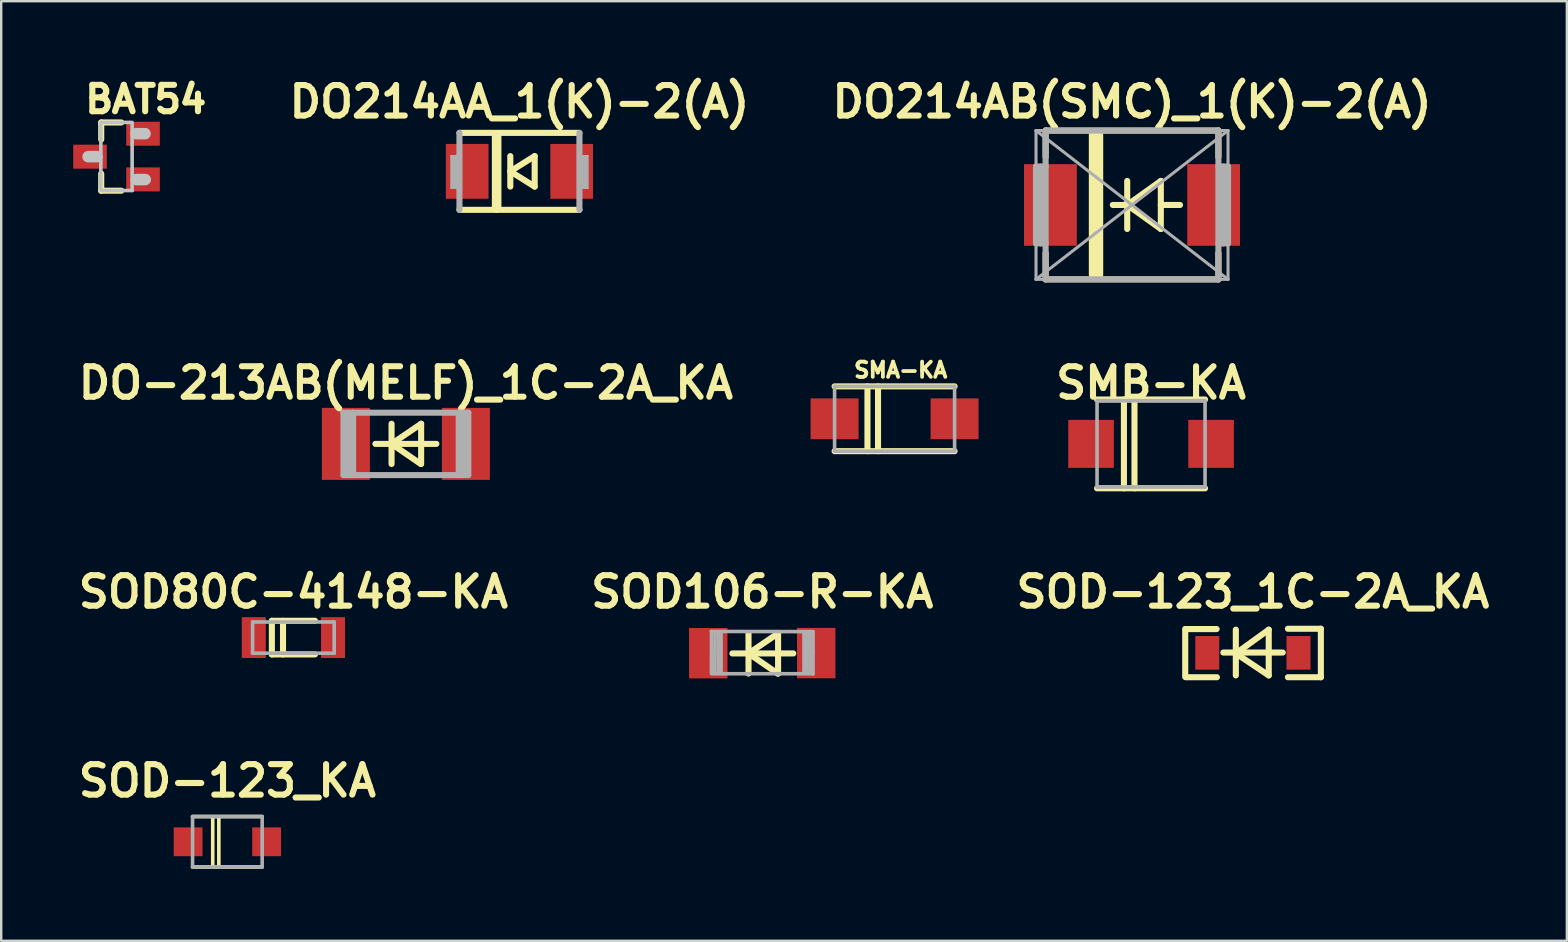
<source format=kicad_pcb>
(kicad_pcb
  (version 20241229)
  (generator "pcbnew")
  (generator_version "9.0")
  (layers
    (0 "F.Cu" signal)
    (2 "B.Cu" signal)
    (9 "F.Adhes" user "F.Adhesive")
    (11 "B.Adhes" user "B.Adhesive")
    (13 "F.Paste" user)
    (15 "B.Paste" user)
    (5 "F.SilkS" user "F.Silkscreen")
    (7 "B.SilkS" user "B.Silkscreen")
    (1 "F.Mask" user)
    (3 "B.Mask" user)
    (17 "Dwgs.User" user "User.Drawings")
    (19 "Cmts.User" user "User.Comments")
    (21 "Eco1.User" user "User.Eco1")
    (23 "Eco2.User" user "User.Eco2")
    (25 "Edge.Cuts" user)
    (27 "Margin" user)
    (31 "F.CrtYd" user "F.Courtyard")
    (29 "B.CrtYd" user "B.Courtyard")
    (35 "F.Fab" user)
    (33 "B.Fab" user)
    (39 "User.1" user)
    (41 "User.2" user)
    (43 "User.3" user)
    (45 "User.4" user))
  (footprint "DO-213AB(MELF)_1C-2A_KA"
    (layer "F.Cu")
    (at 13.861 15.444)
    (property "Reference" "DO-213AB(MELF)_1C-2A_KA" (at 0 -2.54 0) (layer "F.SilkS") (effects (font (size 1.27 1.27) (thickness 0.254))))
    (attr smd)
    (fp_line (start -0.597 0) (end 0.635 -0.838) (stroke (width 0.254) (type solid)) (layer "F.SilkS"))
    (fp_line (start -0.597 0.838) (end -0.597 -0.838) (stroke (width 0.254) (type solid)) (layer "F.SilkS"))
    (fp_line (start 0.622 0.838) (end -0.597 0) (stroke (width 0.254) (type solid)) (layer "F.SilkS"))
    (fp_line (start 0.635 0.838) (end 0.635 -0.838) (stroke (width 0.254) (type solid)) (layer "F.SilkS"))
    (fp_line (start 1.27 0) (end -1.27 0) (stroke (width 0.254) (type solid)) (layer "F.SilkS"))
    (fp_line (start -2.6 -1.3) (end 2.6 -1.3) (stroke (width 0.254) (type solid)) (layer "F.Fab"))
    (fp_line (start -2.6 1.3) (end -2.6 -1.3) (stroke (width 0.254) (type solid)) (layer "F.Fab"))
    (fp_line (start -2.4 -1.3) (end -2.4 1.3) (stroke (width 0.254) (type solid)) (layer "F.Fab"))
    (fp_line (start -2.2 -1.3) (end -2.2 1.3) (stroke (width 0.254) (type solid)) (layer "F.Fab"))
    (fp_line (start 2.2 -1.3) (end 2.2 1.3) (stroke (width 0.254) (type solid)) (layer "F.Fab"))
    (fp_line (start 2.4 -1.3) (end 2.4 1.3) (stroke (width 0.254) (type solid)) (layer "F.Fab"))
    (fp_line (start 2.6 -1.3) (end 2.6 1.3) (stroke (width 0.254) (type solid)) (layer "F.Fab"))
    (fp_line (start 2.6 1.3) (end -2.6 1.3) (stroke (width 0.254) (type solid)) (layer "F.Fab"))
    (pad "1" smd rect (at -2.5 0) (size 2 3) (layers "F.Cu" "F.Mask" "F.Paste"))
    (pad "2" smd rect (at 2.5 0) (size 2 3) (layers "F.Cu" "F.Mask" "F.Paste")))
  (footprint "SMA-KA"
    (layer "F.Cu")
    (at 34.222 14.398)
    (property "Reference" "SMA-KA" (at 0.254 -2.032 180) (layer "F.SilkS") (effects (font (size 0.635 0.635) (thickness 0.159))))
    (attr smd)
    (fp_line (start -2.5 1.35) (end 2.5 1.35) (stroke (width 0.254) (type solid)) (layer "F.SilkS"))
    (fp_line (start -1.13 -1.35) (end -1.13 1.35) (stroke (width 0.254) (type solid)) (layer "F.SilkS"))
    (fp_line (start -0.69 -1.35) (end -0.69 1.35) (stroke (width 0.254) (type solid)) (layer "F.SilkS"))
    (fp_line (start 2.5 -1.35) (end -2.5 -1.35) (stroke (width 0.254) (type solid)) (layer "F.SilkS"))
    (fp_line (start -2.5 -1.35) (end 2.5 -1.35) (stroke (width 0.15) (type solid)) (layer "F.Fab"))
    (fp_line (start -2.5 1.35) (end -2.5 -1.35) (stroke (width 0.15) (type solid)) (layer "F.Fab"))
    (fp_line (start 2.5 -1.35) (end 2.5 1.35) (stroke (width 0.15) (type solid)) (layer "F.Fab"))
    (fp_line (start 2.5 1.35) (end -2.5 1.35) (stroke (width 0.15) (type solid)) (layer "F.Fab"))
    (pad "1" smd rect (at -2.5 0) (size 2 1.7) (layers "F.Cu" "F.Mask" "F.Paste"))
    (pad "2" smd rect (at 2.5 0) (size 2 1.7) (layers "F.Cu" "F.Mask" "F.Paste")))
  (footprint "SOD-123_KA"
    (layer "F.Cu")
    (at 6.423 32.022)
    (property "Reference" "SOD-123_KA" (at 0 -2.54 0) (layer "F.SilkS") (effects (font (size 1.27 1.27) (thickness 0.254))))
    (attr through_hole)
    (fp_line (start -1.45 -1.05) (end 1.45 -1.05) (stroke (width 0.15) (type solid)) (layer "F.SilkS"))
    (fp_line (start -0.61 -1.016) (end -0.61 1.016) (stroke (width 0.15) (type solid)) (layer "F.SilkS"))
    (fp_line (start -0.356 -1.016) (end -0.356 0.965) (stroke (width 0.15) (type solid)) (layer "F.SilkS"))
    (fp_line (start 1.45 1.05) (end -1.45 1.05) (stroke (width 0.15) (type solid)) (layer "F.SilkS"))
    (fp_line (start -1.45 -1.054) (end 1.45 -1.054) (stroke (width 0.15) (type solid)) (layer "F.Fab"))
    (fp_line (start -1.45 1.05) (end -1.45 -1.05) (stroke (width 0.15) (type solid)) (layer "F.Fab"))
    (fp_line (start 1.448 1.05) (end -1.452 1.05) (stroke (width 0.15) (type solid)) (layer "F.Fab"))
    (fp_line (start 1.45 -1.05) (end 1.45 1.05) (stroke (width 0.15) (type solid)) (layer "F.Fab"))
    (pad "1" smd rect (at -1.635 0) (size 1.2 1.2) (layers "F.Cu" "F.Mask" "F.Paste"))
    (pad "2" smd rect (at 1.635 0) (size 1.2 1.2) (layers "F.Cu" "F.Mask" "F.Paste")))
  (footprint "SOD80C-4148-KA"
    (layer "F.Cu")
    (at 9.174 23.515)
    (property "Reference" "SOD80C-4148-KA" (at 0 -1.905 0) (layer "F.SilkS") (effects (font (size 1.27 1.27) (thickness 0.254))))
    (attr smd)
    (fp_line (start -0.9 0.7) (end 0.9 0.7) (stroke (width 0.254) (type solid)) (layer "F.SilkS"))
    (fp_line (start -0.897 -0.7) (end -0.897 0.7) (stroke (width 0.254) (type solid)) (layer "F.SilkS"))
    (fp_line (start -0.433 -0.7) (end -0.433 0.7) (stroke (width 0.254) (type solid)) (layer "F.SilkS"))
    (fp_line (start 0.9 -0.7) (end -0.9 -0.7) (stroke (width 0.254) (type solid)) (layer "F.SilkS"))
    (fp_line (start -1.7 -0.65) (end 1.7 -0.65) (stroke (width 0.15) (type solid)) (layer "F.Fab"))
    (fp_line (start -1.7 0.65) (end -1.7 -0.65) (stroke (width 0.15) (type solid)) (layer "F.Fab"))
    (fp_line (start 1.7 -0.65) (end 1.7 0.65) (stroke (width 0.15) (type solid)) (layer "F.Fab"))
    (fp_line (start 1.7 0.65) (end -1.7 0.65) (stroke (width 0.15) (type solid)) (layer "F.Fab"))
    (pad "1" smd rect (at -1.65 0) (size 1 1.7) (layers "F.Cu" "F.Mask" "F.Paste"))
    (pad "2" smd rect (at 1.65 0) (size 1 1.7) (layers "F.Cu" "F.Mask" "F.Paste")))
  (footprint "SMB-KA"
    (layer "F.Cu")
    (at 44.907 15.444)
    (property "Reference" "SMB-KA" (at 0 -2.54 0) (layer "F.SilkS") (effects (font (size 1.27 1.27) (thickness 0.254))))
    (attr through_hole)
    (fp_line (start -2.25 1.85) (end 2.25 1.85) (stroke (width 0.254) (type solid)) (layer "F.SilkS"))
    (fp_line (start -1.13 -1.85) (end -1.13 1.85) (stroke (width 0.254) (type solid)) (layer "F.SilkS"))
    (fp_line (start -0.69 -1.85) (end -0.69 1.85) (stroke (width 0.254) (type solid)) (layer "F.SilkS"))
    (fp_line (start 2.25 -1.85) (end -2.25 -1.85) (stroke (width 0.254) (type solid)) (layer "F.SilkS"))
    (fp_line (start -2.25 -1.8) (end 2.25 -1.8) (stroke (width 0.15) (type solid)) (layer "F.Fab"))
    (fp_line (start -2.25 1.8) (end -2.25 -1.8) (stroke (width 0.15) (type solid)) (layer "F.Fab"))
    (fp_line (start 2.25 -1.8) (end 2.25 1.8) (stroke (width 0.15) (type solid)) (layer "F.Fab"))
    (fp_line (start 2.25 1.8) (end -2.25 1.8) (stroke (width 0.15) (type solid)) (layer "F.Fab"))
    (pad "1" smd rect (at -2.5 0) (size 1.9 2) (layers "F.Cu" "F.Mask" "F.Paste"))
    (pad "2" smd rect (at 2.5 0) (size 1.9 2) (layers "F.Cu" "F.Mask" "F.Paste")))
  (footprint "SOD-123_1C-2A_KA"
    (layer "F.Cu")
    (at 49.15 24.15)
    (property "Reference" "SOD-123_1C-2A_KA" (at 0 -2.54 0) (layer "F.SilkS") (effects (font (size 1.27 1.27) (thickness 0.254))))
    (attr smd)
    (fp_line (start -2.819 -0.991) (end -2.819 1.003) (stroke (width 0.254) (type solid)) (layer "F.SilkS"))
    (fp_line (start -2.807 -0.991) (end -1.511 -0.991) (stroke (width 0.254) (type solid)) (layer "F.SilkS"))
    (fp_line (start -2.794 1.016) (end -1.499 1.016) (stroke (width 0.254) (type solid)) (layer "F.SilkS"))
    (fp_line (start -0.711 0.025) (end 0.66 -0.965) (stroke (width 0.254) (type solid)) (layer "F.SilkS"))
    (fp_line (start -0.711 0.94) (end -0.711 -0.965) (stroke (width 0.254) (type solid)) (layer "F.SilkS"))
    (fp_line (start 0.66 0.94) (end -0.711 0.025) (stroke (width 0.254) (type solid)) (layer "F.SilkS"))
    (fp_line (start 0.66 0.94) (end 0.66 -0.965) (stroke (width 0.254) (type solid)) (layer "F.SilkS"))
    (fp_line (start 1.245 -0.013) (end -1.232 -0.013) (stroke (width 0.254) (type solid)) (layer "F.SilkS"))
    (fp_line (start 2.832 -1.003) (end 1.46 -1.003) (stroke (width 0.254) (type solid)) (layer "F.SilkS"))
    (fp_line (start 2.832 -1.003) (end 2.832 1.016) (stroke (width 0.254) (type solid)) (layer "F.SilkS"))
    (fp_line (start 2.832 1.016) (end 1.46 1.016) (stroke (width 0.254) (type solid)) (layer "F.SilkS"))
    (pad "1" smd rect (at -1.9 0) (size 1 1.4) (layers "F.Cu" "F.Mask" "F.Paste"))
    (pad "2" smd rect (at 1.9 0) (size 1 1.4) (layers "F.Cu" "F.Mask" "F.Paste")))
  (footprint "BAT54"
    (layer "F.Cu")
    (at 1.802 3.474)
    (property "Reference" "BAT54" (at 1.222 -2.385 0) (layer "F.SilkS") (effects (font (size 1.1 1.1) (thickness 0.254))))
    (attr smd)
    (fp_line (start -0.635 -1.422) (end -0.635 -0.711) (stroke (width 0.254) (type solid)) (layer "F.SilkS"))
    (fp_line (start -0.635 0.711) (end -0.635 1.422) (stroke (width 0.254) (type solid)) (layer "F.SilkS"))
    (fp_line (start 0.203 -1.422) (end -0.635 -1.422) (stroke (width 0.254) (type solid)) (layer "F.SilkS"))
    (fp_line (start 0.203 1.422) (end -0.635 1.422) (stroke (width 0.254) (type solid)) (layer "F.SilkS"))
    (fp_line (start -0.81 0.003) (end -1.181 0.003) (stroke (width 0.48) (type solid)) (layer "Dwgs.User"))
    (fp_line (start -0.655 -1.425) (end 0.643 -1.425) (stroke (width 0.15) (type solid)) (layer "Dwgs.User"))
    (fp_line (start -0.65 0.005) (end -0.65 -1.417) (stroke (width 0.15) (type solid)) (layer "Dwgs.User"))
    (fp_line (start -0.65 0.008) (end -0.653 1.356) (stroke (width 0.15) (type solid)) (layer "Dwgs.User"))
    (fp_line (start 0.653 -1.41) (end 0.653 1.41) (stroke (width 0.15) (type solid)) (layer "Dwgs.User"))
    (fp_line (start 0.653 1.415) (end -0.65 1.415) (stroke (width 0.15) (type solid)) (layer "Dwgs.User"))
    (fp_line (start 1.191 -0.955) (end 0.82 -0.955) (stroke (width 0.48) (type solid)) (layer "Dwgs.User"))
    (fp_line (start 1.199 0.958) (end 0.828 0.958) (stroke (width 0.48) (type solid)) (layer "Dwgs.User"))
    (pad "1" smd rect (at 1.107 0.95) (size 1.4 1) (layers "F.Cu" "F.Mask" "F.Paste"))
    (pad "2" smd rect (at -1.102 0.003) (size 1.4 1) (layers "F.Cu" "F.Mask" "F.Paste"))
    (pad "3" smd rect (at 1.107 -0.953) (size 1.4 1) (layers "F.Cu" "F.Mask" "F.Paste")))
  (footprint "SOD106-R-KA"
    (layer "F.Cu")
    (at 28.708 24.15)
    (property "Reference" "SOD106-R-KA" (at 0 -2.54 0) (layer "F.SilkS") (effects (font (size 1.27 1.27) (thickness 0.254))))
    (attr smd)
    (fp_line (start -0.572 0.025) (end 0.66 -0.813) (stroke (width 0.254) (type solid)) (layer "F.SilkS"))
    (fp_line (start -0.572 0.863) (end -0.572 -0.813) (stroke (width 0.254) (type solid)) (layer "F.SilkS"))
    (fp_line (start 0.647 0.863) (end -0.572 0.025) (stroke (width 0.254) (type solid)) (layer "F.SilkS"))
    (fp_line (start 0.66 0.863) (end 0.66 -0.813) (stroke (width 0.254) (type solid)) (layer "F.SilkS"))
    (fp_line (start 1.295 0.025) (end -1.245 0.025) (stroke (width 0.254) (type solid)) (layer "F.SilkS"))
    (fp_line (start -2.121 -0.892) (end 2.116 -0.884) (stroke (width 0.15) (type solid)) (layer "F.Fab"))
    (fp_line (start -2.113 -0.894) (end -2.116 0.843) (stroke (width 0.15) (type solid)) (layer "F.Fab"))
    (fp_line (start -1.968 -0.843) (end -1.979 0.82) (stroke (width 0.15) (type solid)) (layer "F.Fab"))
    (fp_line (start -1.834 -0.856) (end -1.834 0.81) (stroke (width 0.15) (type solid)) (layer "F.Fab"))
    (fp_line (start -1.717 -0.792) (end -1.717 0.798) (stroke (width 0.15) (type solid)) (layer "F.Fab"))
    (fp_line (start 1.74 -0.838) (end 1.74 0.808) (stroke (width 0.15) (type solid)) (layer "F.Fab"))
    (fp_line (start 1.841 -0.853) (end 1.847 0.772) (stroke (width 0.15) (type solid)) (layer "F.Fab"))
    (fp_line (start 1.981 -0.828) (end 1.986 0.813) (stroke (width 0.15) (type solid)) (layer "F.Fab"))
    (fp_line (start 2.111 0.869) (end -2.111 0.871) (stroke (width 0.15) (type solid)) (layer "F.Fab"))
    (fp_line (start 2.116 -0.884) (end 2.116 -0.064) (stroke (width 0.15) (type solid)) (layer "F.Fab"))
    (fp_line (start 2.116 -0.076) (end 2.116 0.879) (stroke (width 0.15) (type solid)) (layer "F.Fab"))
    (pad "1" smd rect (at -2.25 0.015) (size 1.6 2.1) (layers "F.Cu" "F.Mask" "F.Paste"))
    (pad "2" smd rect (at 2.25 0.01) (size 1.6 2.1) (layers "F.Cu" "F.Mask" "F.Paste")))
  (footprint "DO214AB(SMC)_1(K)-2(A)"
    (layer "F.Cu")
    (at 44.114 5.489)
    (property "Reference" "DO214AB(SMC)_1(K)-2(A)" (at 0 -4.3 0) (layer "F.SilkS") (effects (font (size 1.27 1.27) (thickness 0.254))))
    (attr smd)
    (fp_line (start -3.6 -3.1) (end -3.6 -2) (stroke (width 0.254) (type solid)) (layer "F.SilkS"))
    (fp_line (start -3.6 -3.1) (end 3.6 -3.1) (stroke (width 0.254) (type solid)) (layer "F.SilkS"))
    (fp_line (start -3.6 3.1) (end -3.6 2) (stroke (width 0.254) (type solid)) (layer "F.SilkS"))
    (fp_line (start -1.5 -2.9) (end -1.5 2.9) (stroke (width 0.6) (type solid)) (layer "F.SilkS"))
    (fp_line (start -0.2 0) (end -0.8 0) (stroke (width 0.254) (type solid)) (layer "F.SilkS"))
    (fp_line (start -0.2 1) (end -0.2 -1) (stroke (width 0.254) (type solid)) (layer "F.SilkS"))
    (fp_line (start 1.2 -1) (end -0.2 0) (stroke (width 0.254) (type solid)) (layer "F.SilkS"))
    (fp_line (start 1.2 0) (end 2 0) (stroke (width 0.254) (type solid)) (layer "F.SilkS"))
    (fp_line (start 1.2 1) (end -0.2 0) (stroke (width 0.254) (type solid)) (layer "F.SilkS"))
    (fp_line (start 1.2 1) (end 1.2 -1) (stroke (width 0.254) (type solid)) (layer "F.SilkS"))
    (fp_line (start 3.6 -3.1) (end 3.6 -2) (stroke (width 0.254) (type solid)) (layer "F.SilkS"))
    (fp_line (start 3.6 3.1) (end -3.6 3.1) (stroke (width 0.254) (type solid)) (layer "F.SilkS"))
    (fp_line (start 3.6 3.1) (end 3.6 2) (stroke (width 0.254) (type solid)) (layer "F.SilkS"))
    (fp_line (start -4 -3.1) (end -4 3.1) (stroke (width 0.127) (type solid)) (layer "F.Fab"))
    (fp_line (start -4 -3.1) (end 4 3.1) (stroke (width 0.127) (type solid)) (layer "F.Fab"))
    (fp_line (start -4 -1.6) (end -4 1.6) (stroke (width 0.254) (type solid)) (layer "F.Fab"))
    (fp_line (start -4 -1.6) (end -3.6 -1.6) (stroke (width 0.254) (type solid)) (layer "F.Fab"))
    (fp_line (start -4 1.6) (end -3.6 1.6) (stroke (width 0.254) (type solid)) (layer "F.Fab"))
    (fp_line (start -4 3.1) (end -3.6 3.1) (stroke (width 0.127) (type solid)) (layer "F.Fab"))
    (fp_line (start -3.8 -1.6) (end -3.8 1.6) (stroke (width 0.254) (type solid)) (layer "F.Fab"))
    (fp_line (start -3.6 -3.1) (end -4 -3.1) (stroke (width 0.127) (type solid)) (layer "F.Fab"))
    (fp_line (start -3.6 -3.1) (end 3.6 -3.1) (stroke (width 0.254) (type solid)) (layer "F.Fab"))
    (fp_line (start -3.6 3.1) (end -3.6 -3.1) (stroke (width 0.254) (type solid)) (layer "F.Fab"))
    (fp_line (start -3.6 3.1) (end 3.6 3.1) (stroke (width 0.254) (type solid)) (layer "F.Fab"))
    (fp_line (start 3.6 -3.1) (end 3.6 3.1) (stroke (width 0.254) (type solid)) (layer "F.Fab"))
    (fp_line (start 3.6 -3.1) (end 4 -3.1) (stroke (width 0.127) (type solid)) (layer "F.Fab"))
    (fp_line (start 3.8 1.6) (end 3.8 -1.6) (stroke (width 0.254) (type solid)) (layer "F.Fab"))
    (fp_line (start 4 -3.1) (end -4 3.1) (stroke (width 0.127) (type solid)) (layer "F.Fab"))
    (fp_line (start 4 -3.1) (end 4 3.1) (stroke (width 0.127) (type solid)) (layer "F.Fab"))
    (fp_line (start 4 -1.6) (end 3.6 -1.6) (stroke (width 0.254) (type solid)) (layer "F.Fab"))
    (fp_line (start 4 1.6) (end 3.6 1.6) (stroke (width 0.254) (type solid)) (layer "F.Fab"))
    (fp_line (start 4 1.6) (end 4 -1.6) (stroke (width 0.254) (type solid)) (layer "F.Fab"))
    (fp_line (start 4 3.1) (end 3.6 3.1) (stroke (width 0.127) (type solid)) (layer "F.Fab"))
    (pad "1" smd rect (at -3.4 0) (size 2.2 3.4) (layers "F.Cu" "F.Mask" "F.Paste"))
    (pad "2" smd rect (at 3.4 0) (size 2.2 3.4) (layers "F.Cu" "F.Mask" "F.Paste")))
  (footprint "DO214AA_1(K)-2(A)"
    (layer "F.Cu")
    (at 18.592 4.089)
    (property "Reference" "DO214AA_1(K)-2(A)" (at 0 -2.9 0) (layer "F.SilkS") (effects (font (size 1.27 1.27) (thickness 0.254))))
    (attr smd)
    (fp_line (start -2.499 -1.603) (end 2.499 -1.603) (stroke (width 0.254) (type solid)) (layer "F.SilkS"))
    (fp_line (start -0.95 -1.475) (end -0.95 1.525) (stroke (width 0.4) (type solid)) (layer "F.SilkS"))
    (fp_line (start -0.381 0.635) (end -0.381 -0.635) (stroke (width 0.254) (type solid)) (layer "F.SilkS"))
    (fp_line (start 0.635 -0.635) (end -0.381 0) (stroke (width 0.254) (type solid)) (layer "F.SilkS"))
    (fp_line (start 0.635 0.635) (end -0.381 0) (stroke (width 0.254) (type solid)) (layer "F.SilkS"))
    (fp_line (start 0.635 0.635) (end 0.635 -0.635) (stroke (width 0.254) (type solid)) (layer "F.SilkS"))
    (fp_line (start 2.499 1.603) (end -2.499 1.603) (stroke (width 0.254) (type solid)) (layer "F.SilkS"))
    (fp_line (start -2.85 -0.648) (end -2.598 -0.648) (stroke (width 0.066) (type solid)) (layer "F.Fab"))
    (fp_line (start -2.85 0.699) (end -2.85 -0.648) (stroke (width 0.066) (type solid)) (layer "F.Fab"))
    (fp_line (start -2.85 0.699) (end -2.598 0.699) (stroke (width 0.066) (type solid)) (layer "F.Fab"))
    (fp_line (start -2.725 -0.55) (end -2.725 0.6) (stroke (width 0.254) (type solid)) (layer "F.Fab"))
    (fp_line (start -2.598 0.699) (end -2.598 -0.648) (stroke (width 0.066) (type solid)) (layer "F.Fab"))
    (fp_line (start -2.499 1.603) (end -2.499 -1.603) (stroke (width 0.254) (type solid)) (layer "F.Fab"))
    (fp_line (start 2.499 -1.603) (end 2.499 1.603) (stroke (width 0.254) (type solid)) (layer "F.Fab"))
    (fp_line (start 2.598 -0.648) (end 2.85 -0.648) (stroke (width 0.066) (type solid)) (layer "F.Fab"))
    (fp_line (start 2.598 0.699) (end 2.598 -0.648) (stroke (width 0.066) (type solid)) (layer "F.Fab"))
    (fp_line (start 2.598 0.699) (end 2.85 0.699) (stroke (width 0.066) (type solid)) (layer "F.Fab"))
    (fp_line (start 2.725 -0.55) (end 2.725 0.6) (stroke (width 0.254) (type solid)) (layer "F.Fab"))
    (fp_line (start 2.85 0.699) (end 2.85 -0.648) (stroke (width 0.066) (type solid)) (layer "F.Fab"))
    (pad "1" smd rect (at -2.177 0) (size 1.778 2.286) (layers "F.Cu" "F.Mask" "F.Paste"))
    (pad "2" smd rect (at 2.177 0) (size 1.778 2.286) (layers "F.Cu" "F.Mask" "F.Paste")))
  (gr_rect
    (start -3 -3)
    (end 62.231 36.147)
    (stroke (width 0.1) (type default))
    (fill no)
    (layer "Edge.Cuts")))
</source>
